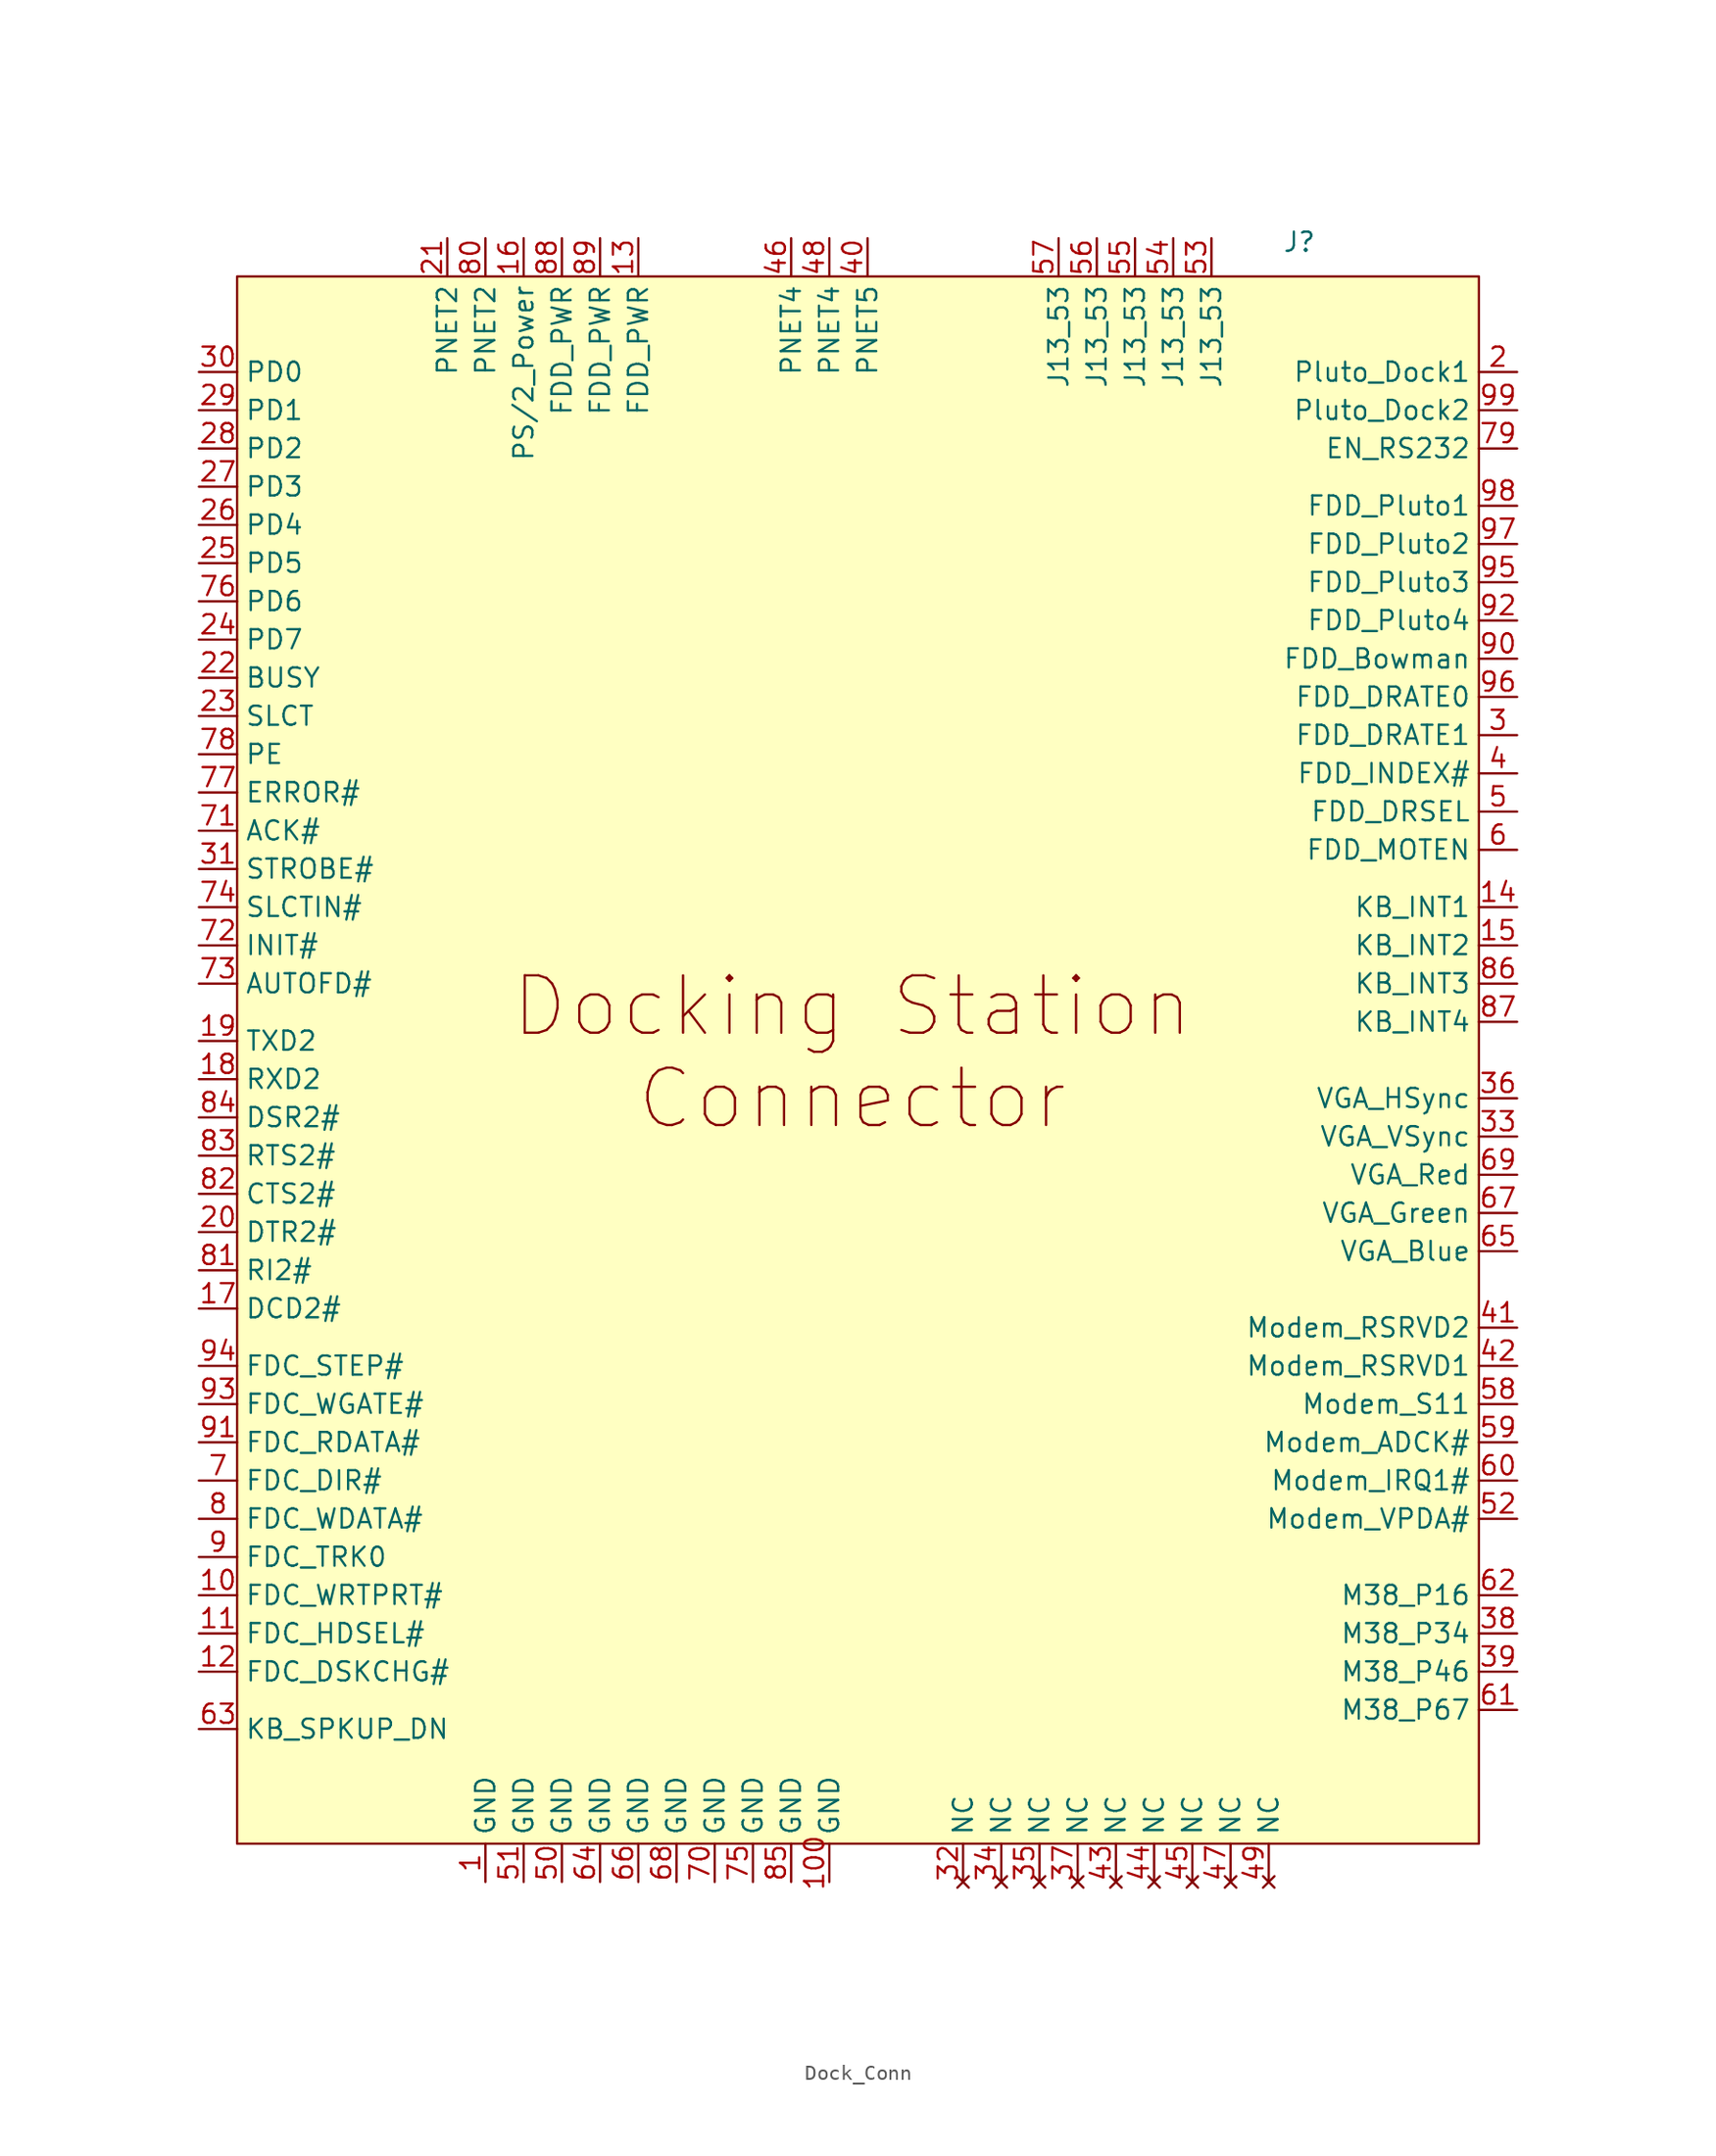
<source format=kicad_sym>
(kicad_symbol_lib
  (version 20241209)
  (generator "kicad_symbol_editor")
  (generator_version "9.0")
  (symbol "Dock_Conn"
    (property "Reference" "J"
      (at 29.972 54.356 0)
      (effects (font (size 1.27 1.27))))
    (property "Value" ""
      (at 0 0 0)
      (effects (font (size 1.27 1.27))))
    (symbol "Dock_Conn_1_1"
      (rectangle (start -40.64 52.07) (end 41.91 -52.07) (stroke (width 0) (type solid)) (fill (type color) (color 255 255 194 1)))
      (text "Docking Station\nConnector\n" (at 0.254 0.508 0) (effects (font (size 3.81 3.81))))
      (pin bidirectional line (at -43.18 45.72 0) (length 2.54) (name "PD0" (effects (font (size 1.27 1.27)))) (number "30" (effects (font (size 1.27 1.27)))))
      (pin bidirectional line (at -43.18 43.18 0) (length 2.54) (name "PD1" (effects (font (size 1.27 1.27)))) (number "29" (effects (font (size 1.27 1.27)))))
      (pin bidirectional line (at -43.18 40.64 0) (length 2.54) (name "PD2" (effects (font (size 1.27 1.27)))) (number "28" (effects (font (size 1.27 1.27)))))
      (pin bidirectional line (at -43.18 38.1 0) (length 2.54) (name "PD3" (effects (font (size 1.27 1.27)))) (number "27" (effects (font (size 1.27 1.27)))))
      (pin bidirectional line (at -43.18 35.56 0) (length 2.54) (name "PD4" (effects (font (size 1.27 1.27)))) (number "26" (effects (font (size 1.27 1.27)))))
      (pin bidirectional line (at -43.18 33.02 0) (length 2.54) (name "PD5" (effects (font (size 1.27 1.27)))) (number "25" (effects (font (size 1.27 1.27)))))
      (pin bidirectional line (at -43.18 30.48 0) (length 2.54) (name "PD6" (effects (font (size 1.27 1.27)))) (number "76" (effects (font (size 1.27 1.27)))))
      (pin bidirectional line (at -43.18 27.94 0) (length 2.54) (name "PD7" (effects (font (size 1.27 1.27)))) (number "24" (effects (font (size 1.27 1.27)))))
      (pin bidirectional line (at -43.18 25.4 0) (length 2.54) (name "BUSY" (effects (font (size 1.27 1.27)))) (number "22" (effects (font (size 1.27 1.27)))))
      (pin bidirectional line (at -43.18 22.86 0) (length 2.54) (name "SLCT" (effects (font (size 1.27 1.27)))) (number "23" (effects (font (size 1.27 1.27)))))
      (pin bidirectional line (at -43.18 20.32 0) (length 2.54) (name "PE" (effects (font (size 1.27 1.27)))) (number "78" (effects (font (size 1.27 1.27)))))
      (pin bidirectional line (at -43.18 17.78 0) (length 2.54) (name "ERROR#" (effects (font (size 1.27 1.27)))) (number "77" (effects (font (size 1.27 1.27)))))
      (pin bidirectional line (at -43.18 15.24 0) (length 2.54) (name "ACK#" (effects (font (size 1.27 1.27)))) (number "71" (effects (font (size 1.27 1.27)))))
      (pin bidirectional line (at -43.18 12.7 0) (length 2.54) (name "STROBE#" (effects (font (size 1.27 1.27)))) (number "31" (effects (font (size 1.27 1.27)))))
      (pin bidirectional line (at -43.18 10.16 0) (length 2.54) (name "SLCTIN#" (effects (font (size 1.27 1.27)))) (number "74" (effects (font (size 1.27 1.27)))))
      (pin bidirectional line (at -43.18 7.62 0) (length 2.54) (name "INIT#" (effects (font (size 1.27 1.27)))) (number "72" (effects (font (size 1.27 1.27)))))
      (pin bidirectional line (at -43.18 5.08 0) (length 2.54) (name "AUTOFD#" (effects (font (size 1.27 1.27)))) (number "73" (effects (font (size 1.27 1.27)))))
      (pin bidirectional line (at -43.18 1.27 0) (length 2.54) (name "TXD2" (effects (font (size 1.27 1.27)))) (number "19" (effects (font (size 1.27 1.27)))))
      (pin bidirectional line (at -43.18 -1.27 0) (length 2.54) (name "RXD2" (effects (font (size 1.27 1.27)))) (number "18" (effects (font (size 1.27 1.27)))))
      (pin bidirectional line (at -43.18 -3.81 0) (length 2.54) (name "DSR2#" (effects (font (size 1.27 1.27)))) (number "84" (effects (font (size 1.27 1.27)))))
      (pin bidirectional line (at -43.18 -6.35 0) (length 2.54) (name "RTS2#" (effects (font (size 1.27 1.27)))) (number "83" (effects (font (size 1.27 1.27)))))
      (pin bidirectional line (at -43.18 -8.89 0) (length 2.54) (name "CTS2#" (effects (font (size 1.27 1.27)))) (number "82" (effects (font (size 1.27 1.27)))))
      (pin bidirectional line (at -43.18 -11.43 0) (length 2.54) (name "DTR2#" (effects (font (size 1.27 1.27)))) (number "20" (effects (font (size 1.27 1.27)))))
      (pin bidirectional line (at -43.18 -13.97 0) (length 2.54) (name "RI2#" (effects (font (size 1.27 1.27)))) (number "81" (effects (font (size 1.27 1.27)))))
      (pin bidirectional line (at -43.18 -16.51 0) (length 2.54) (name "DCD2#" (effects (font (size 1.27 1.27)))) (number "17" (effects (font (size 1.27 1.27)))))
      (pin bidirectional line (at -43.18 -20.32 0) (length 2.54) (name "FDC_STEP#" (effects (font (size 1.27 1.27)))) (number "94" (effects (font (size 1.27 1.27)))))
      (pin bidirectional line (at -43.18 -22.86 0) (length 2.54) (name "FDC_WGATE#" (effects (font (size 1.27 1.27)))) (number "93" (effects (font (size 1.27 1.27)))))
      (pin bidirectional line (at -43.18 -25.4 0) (length 2.54) (name "FDC_RDATA#" (effects (font (size 1.27 1.27)))) (number "91" (effects (font (size 1.27 1.27)))))
      (pin bidirectional line (at -43.18 -27.94 0) (length 2.54) (name "FDC_DIR#" (effects (font (size 1.27 1.27)))) (number "7" (effects (font (size 1.27 1.27)))))
      (pin bidirectional line (at -43.18 -30.48 0) (length 2.54) (name "FDC_WDATA#" (effects (font (size 1.27 1.27)))) (number "8" (effects (font (size 1.27 1.27)))))
      (pin bidirectional line (at -43.18 -33.02 0) (length 2.54) (name "FDC_TRK0" (effects (font (size 1.27 1.27)))) (number "9" (effects (font (size 1.27 1.27)))))
      (pin bidirectional line (at -43.18 -35.56 0) (length 2.54) (name "FDC_WRTPRT#" (effects (font (size 1.27 1.27)))) (number "10" (effects (font (size 1.27 1.27)))))
      (pin bidirectional line (at -43.18 -38.1 0) (length 2.54) (name "FDC_HDSEL#" (effects (font (size 1.27 1.27)))) (number "11" (effects (font (size 1.27 1.27)))))
      (pin bidirectional line (at -43.18 -40.64 0) (length 2.54) (name "FDC_DSKCHG#" (effects (font (size 1.27 1.27)))) (number "12" (effects (font (size 1.27 1.27)))))
      (pin output line (at -43.18 -44.45 0) (length 2.54) (name "KB_SPKUP_DN" (effects (font (size 1.27 1.27)))) (number "63" (effects (font (size 1.27 1.27)))))
      (pin power_in line (at -26.67 54.61 270) (length 2.54) (name "PNET2" (effects (font (size 1.27 1.27)))) (number "21" (effects (font (size 1.27 1.27)))))
      (pin power_in line (at -24.13 54.61 270) (length 2.54) (name "PNET2" (effects (font (size 1.27 1.27)))) (number "80" (effects (font (size 1.27 1.27)))))
      (pin power_in line (at -24.13 -54.61 90) (length 2.54) (name "GND" (effects (font (size 1.27 1.27)))) (number "1" (effects (font (size 1.27 1.27)))))
      (pin power_in line (at -21.59 54.61 270) (length 2.54) (name "PS/2_Power" (effects (font (size 1.27 1.27)))) (number "16" (effects (font (size 1.27 1.27)))))
      (pin power_in line (at -21.59 -54.61 90) (length 2.54) (name "GND" (effects (font (size 1.27 1.27)))) (number "51" (effects (font (size 1.27 1.27)))))
      (pin power_in line (at -19.05 54.61 270) (length 2.54) (name "FDD_PWR" (effects (font (size 1.27 1.27)))) (number "88" (effects (font (size 1.27 1.27)))))
      (pin power_in line (at -19.05 -54.61 90) (length 2.54) (name "GND" (effects (font (size 1.27 1.27)))) (number "50" (effects (font (size 1.27 1.27)))))
      (pin power_in line (at -16.51 54.61 270) (length 2.54) (name "FDD_PWR" (effects (font (size 1.27 1.27)))) (number "89" (effects (font (size 1.27 1.27)))))
      (pin power_in line (at -16.51 -54.61 90) (length 2.54) (name "GND" (effects (font (size 1.27 1.27)))) (number "64" (effects (font (size 1.27 1.27)))))
      (pin power_in line (at -13.97 54.61 270) (length 2.54) (name "FDD_PWR" (effects (font (size 1.27 1.27)))) (number "13" (effects (font (size 1.27 1.27)))))
      (pin power_in line (at -13.97 -54.61 90) (length 2.54) (name "GND" (effects (font (size 1.27 1.27)))) (number "66" (effects (font (size 1.27 1.27)))))
      (pin power_in line (at -11.43 -54.61 90) (length 2.54) (name "GND" (effects (font (size 1.27 1.27)))) (number "68" (effects (font (size 1.27 1.27)))))
      (pin power_in line (at -8.89 -54.61 90) (length 2.54) (name "GND" (effects (font (size 1.27 1.27)))) (number "70" (effects (font (size 1.27 1.27)))))
      (pin power_in line (at -6.35 -54.61 90) (length 2.54) (name "GND" (effects (font (size 1.27 1.27)))) (number "75" (effects (font (size 1.27 1.27)))))
      (pin power_in line (at -3.81 54.61 270) (length 2.54) (name "PNET4" (effects (font (size 1.27 1.27)))) (number "46" (effects (font (size 1.27 1.27)))))
      (pin power_in line (at -3.81 -54.61 90) (length 2.54) (name "GND" (effects (font (size 1.27 1.27)))) (number "85" (effects (font (size 1.27 1.27)))))
      (pin power_in line (at -1.27 54.61 270) (length 2.54) (name "PNET4" (effects (font (size 1.27 1.27)))) (number "48" (effects (font (size 1.27 1.27)))))
      (pin power_in line (at -1.27 -54.61 90) (length 2.54) (name "GND" (effects (font (size 1.27 1.27)))) (number "100" (effects (font (size 1.27 1.27)))))
      (pin power_in line (at 1.27 54.61 270) (length 2.54) (name "PNET5" (effects (font (size 1.27 1.27)))) (number "40" (effects (font (size 1.27 1.27)))))
      (pin no_connect line (at 7.62 -54.61 90) (length 2.54) (name "NC" (effects (font (size 1.27 1.27)))) (number "32" (effects (font (size 1.27 1.27)))))
      (pin no_connect line (at 10.16 -54.61 90) (length 2.54) (name "NC" (effects (font (size 1.27 1.27)))) (number "34" (effects (font (size 1.27 1.27)))))
      (pin no_connect line (at 12.7 -54.61 90) (length 2.54) (name "NC" (effects (font (size 1.27 1.27)))) (number "35" (effects (font (size 1.27 1.27)))))
      (pin bidirectional line (at 13.97 54.61 270) (length 2.54) (name "J13_53" (effects (font (size 1.27 1.27)))) (number "57" (effects (font (size 1.27 1.27)))))
      (pin no_connect line (at 15.24 -54.61 90) (length 2.54) (name "NC" (effects (font (size 1.27 1.27)))) (number "37" (effects (font (size 1.27 1.27)))))
      (pin bidirectional line (at 16.51 54.61 270) (length 2.54) (name "J13_53" (effects (font (size 1.27 1.27)))) (number "56" (effects (font (size 1.27 1.27)))))
      (pin no_connect line (at 17.78 -54.61 90) (length 2.54) (name "NC" (effects (font (size 1.27 1.27)))) (number "43" (effects (font (size 1.27 1.27)))))
      (pin bidirectional line (at 19.05 54.61 270) (length 2.54) (name "J13_53" (effects (font (size 1.27 1.27)))) (number "55" (effects (font (size 1.27 1.27)))))
      (pin no_connect line (at 20.32 -54.61 90) (length 2.54) (name "NC" (effects (font (size 1.27 1.27)))) (number "44" (effects (font (size 1.27 1.27)))))
      (pin bidirectional line (at 21.59 54.61 270) (length 2.54) (name "J13_53" (effects (font (size 1.27 1.27)))) (number "54" (effects (font (size 1.27 1.27)))))
      (pin no_connect line (at 22.86 -54.61 90) (length 2.54) (name "NC" (effects (font (size 1.27 1.27)))) (number "45" (effects (font (size 1.27 1.27)))))
      (pin bidirectional line (at 24.13 54.61 270) (length 2.54) (name "J13_53" (effects (font (size 1.27 1.27)))) (number "53" (effects (font (size 1.27 1.27)))))
      (pin no_connect line (at 25.4 -54.61 90) (length 2.54) (name "NC" (effects (font (size 1.27 1.27)))) (number "47" (effects (font (size 1.27 1.27)))))
      (pin no_connect line (at 27.94 -54.61 90) (length 2.54) (name "NC" (effects (font (size 1.27 1.27)))) (number "49" (effects (font (size 1.27 1.27)))))
      (pin bidirectional line (at 44.45 45.72 180) (length 2.54) (name "Pluto_Dock1" (effects (font (size 1.27 1.27)))) (number "2" (effects (font (size 1.27 1.27)))))
      (pin bidirectional line (at 44.45 43.18 180) (length 2.54) (name "Pluto_Dock2" (effects (font (size 1.27 1.27)))) (number "99" (effects (font (size 1.27 1.27)))))
      (pin bidirectional line (at 44.45 40.64 180) (length 2.54) (name "EN_RS232" (effects (font (size 1.27 1.27)))) (number "79" (effects (font (size 1.27 1.27)))))
      (pin bidirectional line (at 44.45 36.83 180) (length 2.54) (name "FDD_Pluto1" (effects (font (size 1.27 1.27)))) (number "98" (effects (font (size 1.27 1.27)))))
      (pin bidirectional line (at 44.45 34.29 180) (length 2.54) (name "FDD_Pluto2" (effects (font (size 1.27 1.27)))) (number "97" (effects (font (size 1.27 1.27)))))
      (pin bidirectional line (at 44.45 31.75 180) (length 2.54) (name "FDD_Pluto3" (effects (font (size 1.27 1.27)))) (number "95" (effects (font (size 1.27 1.27)))))
      (pin bidirectional line (at 44.45 29.21 180) (length 2.54) (name "FDD_Pluto4" (effects (font (size 1.27 1.27)))) (number "92" (effects (font (size 1.27 1.27)))))
      (pin bidirectional line (at 44.45 26.67 180) (length 2.54) (name "FDD_Bowman" (effects (font (size 1.27 1.27)))) (number "90" (effects (font (size 1.27 1.27)))))
      (pin bidirectional line (at 44.45 24.13 180) (length 2.54) (name "FDD_DRATE0" (effects (font (size 1.27 1.27)))) (number "96" (effects (font (size 1.27 1.27)))))
      (pin bidirectional line (at 44.45 21.59 180) (length 2.54) (name "FDD_DRATE1" (effects (font (size 1.27 1.27)))) (number "3" (effects (font (size 1.27 1.27)))))
      (pin bidirectional line (at 44.45 19.05 180) (length 2.54) (name "FDD_INDEX#" (effects (font (size 1.27 1.27)))) (number "4" (effects (font (size 1.27 1.27)))))
      (pin bidirectional line (at 44.45 16.51 180) (length 2.54) (name "FDD_DRSEL" (effects (font (size 1.27 1.27)))) (number "5" (effects (font (size 1.27 1.27)))))
      (pin bidirectional line (at 44.45 13.97 180) (length 2.54) (name "FDD_MOTEN" (effects (font (size 1.27 1.27)))) (number "6" (effects (font (size 1.27 1.27)))))
      (pin bidirectional line (at 44.45 10.16 180) (length 2.54) (name "KB_INT1" (effects (font (size 1.27 1.27)))) (number "14" (effects (font (size 1.27 1.27)))))
      (pin bidirectional line (at 44.45 7.62 180) (length 2.54) (name "KB_INT2" (effects (font (size 1.27 1.27)))) (number "15" (effects (font (size 1.27 1.27)))))
      (pin bidirectional line (at 44.45 5.08 180) (length 2.54) (name "KB_INT3" (effects (font (size 1.27 1.27)))) (number "86" (effects (font (size 1.27 1.27)))))
      (pin bidirectional line (at 44.45 2.54 180) (length 2.54) (name "KB_INT4" (effects (font (size 1.27 1.27)))) (number "87" (effects (font (size 1.27 1.27)))))
      (pin input line (at 44.45 -2.54 180) (length 2.54) (name "VGA_HSync" (effects (font (size 1.27 1.27)))) (number "36" (effects (font (size 1.27 1.27)))))
      (pin input line (at 44.45 -5.08 180) (length 2.54) (name "VGA_VSync" (effects (font (size 1.27 1.27)))) (number "33" (effects (font (size 1.27 1.27)))))
      (pin input line (at 44.45 -7.62 180) (length 2.54) (name "VGA_Red" (effects (font (size 1.27 1.27)))) (number "69" (effects (font (size 1.27 1.27)))))
      (pin input line (at 44.45 -10.16 180) (length 2.54) (name "VGA_Green" (effects (font (size 1.27 1.27)))) (number "67" (effects (font (size 1.27 1.27)))))
      (pin input line (at 44.45 -12.7 180) (length 2.54) (name "VGA_Blue" (effects (font (size 1.27 1.27)))) (number "65" (effects (font (size 1.27 1.27)))))
      (pin bidirectional line (at 44.45 -17.78 180) (length 2.54) (name "Modem_RSRVD2" (effects (font (size 1.27 1.27)))) (number "41" (effects (font (size 1.27 1.27)))))
      (pin bidirectional line (at 44.45 -20.32 180) (length 2.54) (name "Modem_RSRVD1" (effects (font (size 1.27 1.27)))) (number "42" (effects (font (size 1.27 1.27)))))
      (pin bidirectional line (at 44.45 -22.86 180) (length 2.54) (name "Modem_S11" (effects (font (size 1.27 1.27)))) (number "58" (effects (font (size 1.27 1.27)))))
      (pin bidirectional line (at 44.45 -25.4 180) (length 2.54) (name "Modem_ADCK#" (effects (font (size 1.27 1.27)))) (number "59" (effects (font (size 1.27 1.27)))))
      (pin bidirectional line (at 44.45 -27.94 180) (length 2.54) (name "Modem_IRQ1#" (effects (font (size 1.27 1.27)))) (number "60" (effects (font (size 1.27 1.27)))))
      (pin bidirectional line (at 44.45 -30.48 180) (length 2.54) (name "Modem_VPDA#" (effects (font (size 1.27 1.27)))) (number "52" (effects (font (size 1.27 1.27)))))
      (pin bidirectional line (at 44.45 -35.56 180) (length 2.54) (name "M38_P16" (effects (font (size 1.27 1.27)))) (number "62" (effects (font (size 1.27 1.27)))))
      (pin bidirectional line (at 44.45 -38.1 180) (length 2.54) (name "M38_P34" (effects (font (size 1.27 1.27)))) (number "38" (effects (font (size 1.27 1.27)))))
      (pin bidirectional line (at 44.45 -40.64 180) (length 2.54) (name "M38_P46" (effects (font (size 1.27 1.27)))) (number "39" (effects (font (size 1.27 1.27)))))
      (pin bidirectional line (at 44.45 -43.18 180) (length 2.54) (name "M38_P67" (effects (font (size 1.27 1.27)))) (number "61" (effects (font (size 1.27 1.27))))))))
</source>
